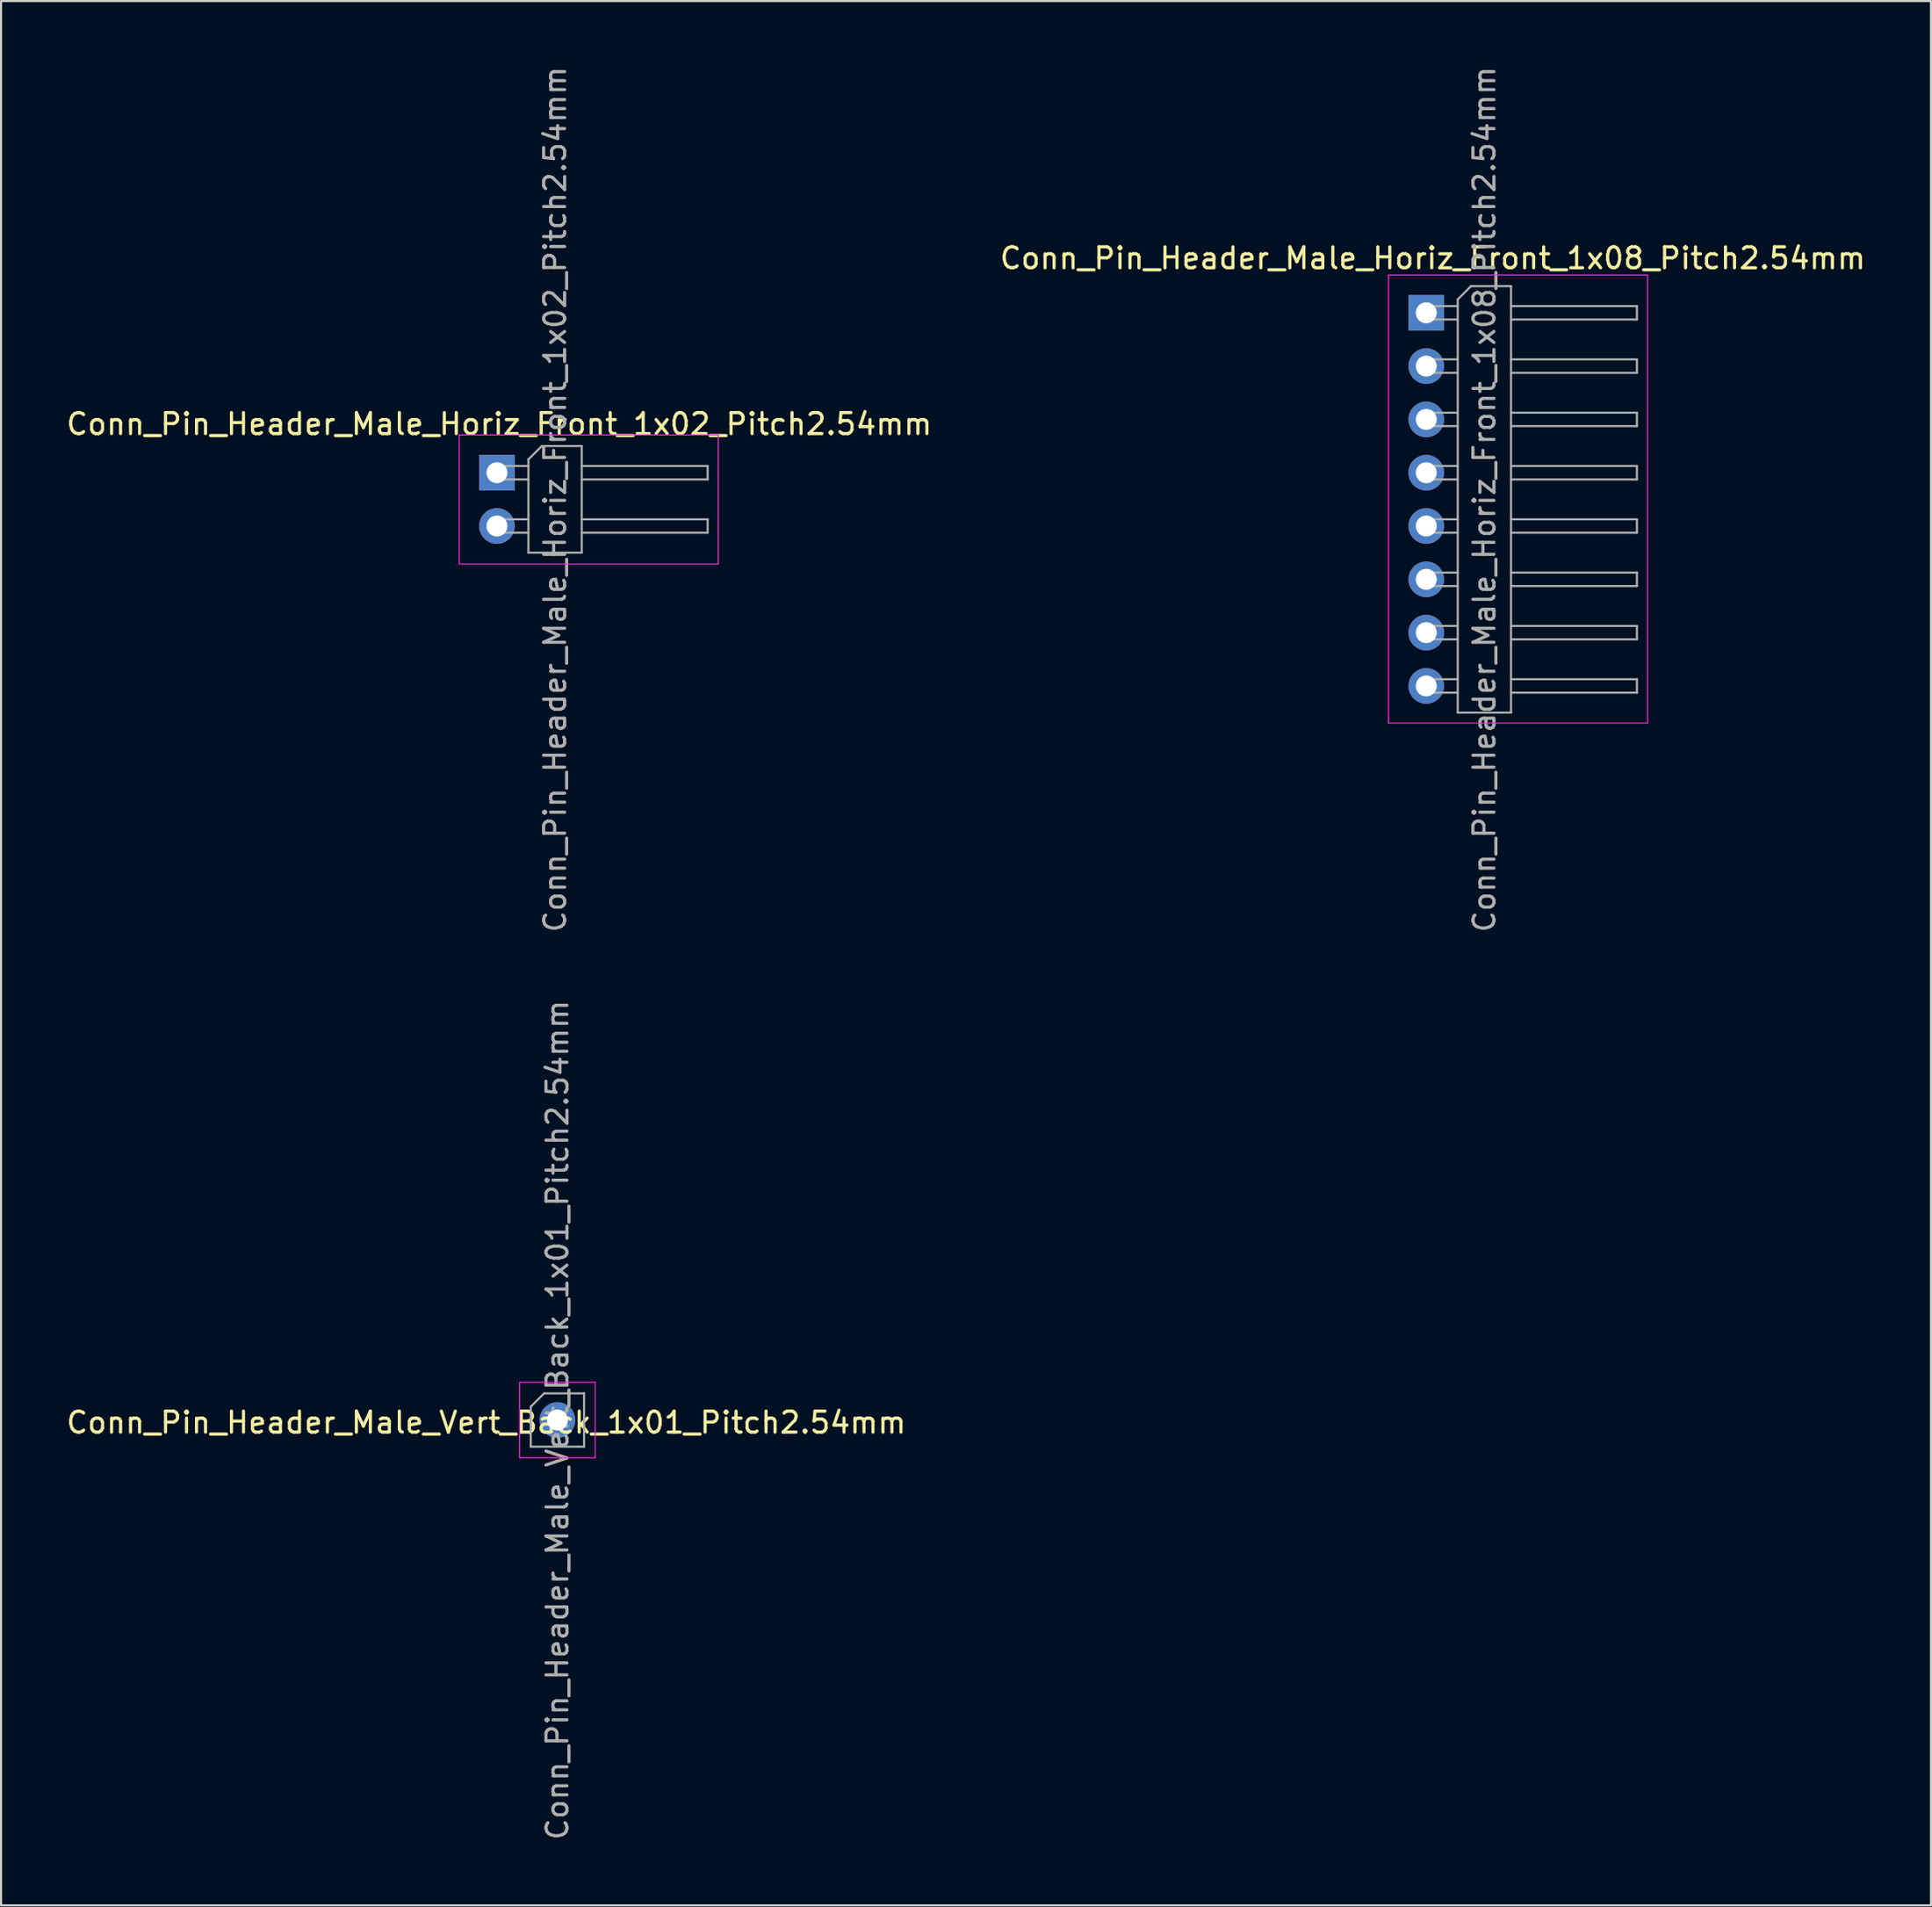
<source format=kicad_pcb>
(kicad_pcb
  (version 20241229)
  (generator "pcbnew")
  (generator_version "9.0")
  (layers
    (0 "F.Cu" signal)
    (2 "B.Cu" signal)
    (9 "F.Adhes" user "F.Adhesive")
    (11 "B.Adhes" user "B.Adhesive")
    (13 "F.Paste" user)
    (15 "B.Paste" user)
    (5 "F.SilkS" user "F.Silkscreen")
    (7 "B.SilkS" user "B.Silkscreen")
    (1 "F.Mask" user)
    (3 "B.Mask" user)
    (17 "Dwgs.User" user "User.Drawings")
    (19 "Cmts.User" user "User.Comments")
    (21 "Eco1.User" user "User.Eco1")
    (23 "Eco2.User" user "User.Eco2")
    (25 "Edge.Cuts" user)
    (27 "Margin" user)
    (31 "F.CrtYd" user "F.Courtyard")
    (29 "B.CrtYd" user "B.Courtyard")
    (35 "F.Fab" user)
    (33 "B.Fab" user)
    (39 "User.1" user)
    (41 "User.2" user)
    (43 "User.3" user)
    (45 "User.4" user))
  (footprint "Conn_Pin_Header_Male_Horiz_Front_1x02_Pitch2.54mm"
    (layer "F.Cu")
    (at 20.634 19.474)
    (property "Reference" "Conn_Pin_Header_Male_Horiz_Front_1x02_Pitch2.54mm" (at 0.11 -2.32 0) (layer "F.SilkS") (effects (font (size 1 1) (thickness 0.15))))
    (attr through_hole)
    (fp_line (start -1.8 -1.8) (end -1.8 4.35) (stroke (width 0.05) (type solid)) (layer "F.CrtYd"))
    (fp_line (start -1.8 4.35) (end 10.55 4.35) (stroke (width 0.05) (type solid)) (layer "F.CrtYd"))
    (fp_line (start 10.55 -1.8) (end -1.8 -1.8) (stroke (width 0.05) (type solid)) (layer "F.CrtYd"))
    (fp_line (start 10.55 4.35) (end 10.55 -1.8) (stroke (width 0.05) (type solid)) (layer "F.CrtYd"))
    (fp_line (start -0.32 -0.32) (end -0.32 0.32) (stroke (width 0.1) (type solid)) (layer "F.Fab"))
    (fp_line (start -0.32 -0.32) (end 1.5 -0.32) (stroke (width 0.1) (type solid)) (layer "F.Fab"))
    (fp_line (start -0.32 0.32) (end 1.5 0.32) (stroke (width 0.1) (type solid)) (layer "F.Fab"))
    (fp_line (start -0.32 2.22) (end -0.32 2.86) (stroke (width 0.1) (type solid)) (layer "F.Fab"))
    (fp_line (start -0.32 2.22) (end 1.5 2.22) (stroke (width 0.1) (type solid)) (layer "F.Fab"))
    (fp_line (start -0.32 2.86) (end 1.5 2.86) (stroke (width 0.1) (type solid)) (layer "F.Fab"))
    (fp_line (start 1.5 -0.635) (end 2.135 -1.27) (stroke (width 0.1) (type solid)) (layer "F.Fab"))
    (fp_line (start 1.5 3.81) (end 1.5 -0.635) (stroke (width 0.1) (type solid)) (layer "F.Fab"))
    (fp_line (start 2.135 -1.27) (end 4.04 -1.27) (stroke (width 0.1) (type solid)) (layer "F.Fab"))
    (fp_line (start 4.04 -1.27) (end 4.04 3.81) (stroke (width 0.1) (type solid)) (layer "F.Fab"))
    (fp_line (start 4.04 -0.32) (end 10.04 -0.32) (stroke (width 0.1) (type solid)) (layer "F.Fab"))
    (fp_line (start 4.04 0.32) (end 10.04 0.32) (stroke (width 0.1) (type solid)) (layer "F.Fab"))
    (fp_line (start 4.04 2.22) (end 10.04 2.22) (stroke (width 0.1) (type solid)) (layer "F.Fab"))
    (fp_line (start 4.04 2.86) (end 10.04 2.86) (stroke (width 0.1) (type solid)) (layer "F.Fab"))
    (fp_line (start 4.04 3.81) (end 1.5 3.81) (stroke (width 0.1) (type solid)) (layer "F.Fab"))
    (fp_line (start 10.04 -0.32) (end 10.04 0.32) (stroke (width 0.1) (type solid)) (layer "F.Fab"))
    (fp_line (start 10.04 2.22) (end 10.04 2.86) (stroke (width 0.1) (type solid)) (layer "F.Fab"))
    (fp_text user "${REFERENCE}" (at 2.77 1.27 90) (layer "F.Fab") (effects (font (size 1 1) (thickness 0.15))))
    (pad "1" thru_hole rect (at 0 0) (size 1.7 1.7) (drill 1) (layers "*.Cu" "*.Mask"))
    (pad "2" thru_hole oval (at 0 2.54) (size 1.7 1.7) (drill 1) (layers "*.Cu" "*.Mask")))
  (footprint "Conn_Pin_Header_Male_Horiz_Front_1x08_Pitch2.54mm"
    (layer "F.Cu")
    (at 64.922 11.854)
    (property "Reference" "Conn_Pin_Header_Male_Horiz_Front_1x08_Pitch2.54mm" (at 0.31 -2.6 0) (layer "F.SilkS") (effects (font (size 1 1) (thickness 0.15))))
    (attr through_hole)
    (fp_line (start -1.8 -1.8) (end -1.8 19.55) (stroke (width 0.05) (type solid)) (layer "F.CrtYd"))
    (fp_line (start -1.8 19.55) (end 10.55 19.55) (stroke (width 0.05) (type solid)) (layer "F.CrtYd"))
    (fp_line (start 10.55 -1.8) (end -1.8 -1.8) (stroke (width 0.05) (type solid)) (layer "F.CrtYd"))
    (fp_line (start 10.55 19.55) (end 10.55 -1.8) (stroke (width 0.05) (type solid)) (layer "F.CrtYd"))
    (fp_line (start -0.32 -0.32) (end -0.32 0.32) (stroke (width 0.1) (type solid)) (layer "F.Fab"))
    (fp_line (start -0.32 -0.32) (end 1.5 -0.32) (stroke (width 0.1) (type solid)) (layer "F.Fab"))
    (fp_line (start -0.32 0.32) (end 1.5 0.32) (stroke (width 0.1) (type solid)) (layer "F.Fab"))
    (fp_line (start -0.32 2.22) (end -0.32 2.86) (stroke (width 0.1) (type solid)) (layer "F.Fab"))
    (fp_line (start -0.32 2.22) (end 1.5 2.22) (stroke (width 0.1) (type solid)) (layer "F.Fab"))
    (fp_line (start -0.32 2.86) (end 1.5 2.86) (stroke (width 0.1) (type solid)) (layer "F.Fab"))
    (fp_line (start -0.32 4.76) (end -0.32 5.4) (stroke (width 0.1) (type solid)) (layer "F.Fab"))
    (fp_line (start -0.32 4.76) (end 1.5 4.76) (stroke (width 0.1) (type solid)) (layer "F.Fab"))
    (fp_line (start -0.32 5.4) (end 1.5 5.4) (stroke (width 0.1) (type solid)) (layer "F.Fab"))
    (fp_line (start -0.32 7.3) (end -0.32 7.94) (stroke (width 0.1) (type solid)) (layer "F.Fab"))
    (fp_line (start -0.32 7.3) (end 1.5 7.3) (stroke (width 0.1) (type solid)) (layer "F.Fab"))
    (fp_line (start -0.32 7.94) (end 1.5 7.94) (stroke (width 0.1) (type solid)) (layer "F.Fab"))
    (fp_line (start -0.32 9.84) (end -0.32 10.48) (stroke (width 0.1) (type solid)) (layer "F.Fab"))
    (fp_line (start -0.32 9.84) (end 1.5 9.84) (stroke (width 0.1) (type solid)) (layer "F.Fab"))
    (fp_line (start -0.32 10.48) (end 1.5 10.48) (stroke (width 0.1) (type solid)) (layer "F.Fab"))
    (fp_line (start -0.32 12.38) (end -0.32 13.02) (stroke (width 0.1) (type solid)) (layer "F.Fab"))
    (fp_line (start -0.32 12.38) (end 1.5 12.38) (stroke (width 0.1) (type solid)) (layer "F.Fab"))
    (fp_line (start -0.32 13.02) (end 1.5 13.02) (stroke (width 0.1) (type solid)) (layer "F.Fab"))
    (fp_line (start -0.32 14.92) (end -0.32 15.56) (stroke (width 0.1) (type solid)) (layer "F.Fab"))
    (fp_line (start -0.32 14.92) (end 1.5 14.92) (stroke (width 0.1) (type solid)) (layer "F.Fab"))
    (fp_line (start -0.32 15.56) (end 1.5 15.56) (stroke (width 0.1) (type solid)) (layer "F.Fab"))
    (fp_line (start -0.32 17.46) (end -0.32 18.1) (stroke (width 0.1) (type solid)) (layer "F.Fab"))
    (fp_line (start -0.32 17.46) (end 1.5 17.46) (stroke (width 0.1) (type solid)) (layer "F.Fab"))
    (fp_line (start -0.32 18.1) (end 1.5 18.1) (stroke (width 0.1) (type solid)) (layer "F.Fab"))
    (fp_line (start 1.5 -0.635) (end 2.135 -1.27) (stroke (width 0.1) (type solid)) (layer "F.Fab"))
    (fp_line (start 1.5 19.05) (end 1.5 -0.635) (stroke (width 0.1) (type solid)) (layer "F.Fab"))
    (fp_line (start 2.135 -1.27) (end 4.04 -1.27) (stroke (width 0.1) (type solid)) (layer "F.Fab"))
    (fp_line (start 4.04 -1.27) (end 4.04 19.05) (stroke (width 0.1) (type solid)) (layer "F.Fab"))
    (fp_line (start 4.04 -0.32) (end 10.04 -0.32) (stroke (width 0.1) (type solid)) (layer "F.Fab"))
    (fp_line (start 4.04 0.32) (end 10.04 0.32) (stroke (width 0.1) (type solid)) (layer "F.Fab"))
    (fp_line (start 4.04 2.22) (end 10.04 2.22) (stroke (width 0.1) (type solid)) (layer "F.Fab"))
    (fp_line (start 4.04 2.86) (end 10.04 2.86) (stroke (width 0.1) (type solid)) (layer "F.Fab"))
    (fp_line (start 4.04 4.76) (end 10.04 4.76) (stroke (width 0.1) (type solid)) (layer "F.Fab"))
    (fp_line (start 4.04 5.4) (end 10.04 5.4) (stroke (width 0.1) (type solid)) (layer "F.Fab"))
    (fp_line (start 4.04 7.3) (end 10.04 7.3) (stroke (width 0.1) (type solid)) (layer "F.Fab"))
    (fp_line (start 4.04 7.94) (end 10.04 7.94) (stroke (width 0.1) (type solid)) (layer "F.Fab"))
    (fp_line (start 4.04 9.84) (end 10.04 9.84) (stroke (width 0.1) (type solid)) (layer "F.Fab"))
    (fp_line (start 4.04 10.48) (end 10.04 10.48) (stroke (width 0.1) (type solid)) (layer "F.Fab"))
    (fp_line (start 4.04 12.38) (end 10.04 12.38) (stroke (width 0.1) (type solid)) (layer "F.Fab"))
    (fp_line (start 4.04 13.02) (end 10.04 13.02) (stroke (width 0.1) (type solid)) (layer "F.Fab"))
    (fp_line (start 4.04 14.92) (end 10.04 14.92) (stroke (width 0.1) (type solid)) (layer "F.Fab"))
    (fp_line (start 4.04 15.56) (end 10.04 15.56) (stroke (width 0.1) (type solid)) (layer "F.Fab"))
    (fp_line (start 4.04 17.46) (end 10.04 17.46) (stroke (width 0.1) (type solid)) (layer "F.Fab"))
    (fp_line (start 4.04 18.1) (end 10.04 18.1) (stroke (width 0.1) (type solid)) (layer "F.Fab"))
    (fp_line (start 4.04 19.05) (end 1.5 19.05) (stroke (width 0.1) (type solid)) (layer "F.Fab"))
    (fp_line (start 10.04 -0.32) (end 10.04 0.32) (stroke (width 0.1) (type solid)) (layer "F.Fab"))
    (fp_line (start 10.04 2.22) (end 10.04 2.86) (stroke (width 0.1) (type solid)) (layer "F.Fab"))
    (fp_line (start 10.04 4.76) (end 10.04 5.4) (stroke (width 0.1) (type solid)) (layer "F.Fab"))
    (fp_line (start 10.04 7.3) (end 10.04 7.94) (stroke (width 0.1) (type solid)) (layer "F.Fab"))
    (fp_line (start 10.04 9.84) (end 10.04 10.48) (stroke (width 0.1) (type solid)) (layer "F.Fab"))
    (fp_line (start 10.04 12.38) (end 10.04 13.02) (stroke (width 0.1) (type solid)) (layer "F.Fab"))
    (fp_line (start 10.04 14.92) (end 10.04 15.56) (stroke (width 0.1) (type solid)) (layer "F.Fab"))
    (fp_line (start 10.04 17.46) (end 10.04 18.1) (stroke (width 0.1) (type solid)) (layer "F.Fab"))
    (fp_text user "${REFERENCE}" (at 2.77 8.89 90) (layer "F.Fab") (effects (font (size 1 1) (thickness 0.15))))
    (pad "1" thru_hole rect (at 0 0) (size 1.7 1.7) (drill 1) (layers "*.Cu" "*.Mask"))
    (pad "2" thru_hole oval (at 0 2.54) (size 1.7 1.7) (drill 1) (layers "*.Cu" "*.Mask"))
    (pad "3" thru_hole oval (at 0 5.08) (size 1.7 1.7) (drill 1) (layers "*.Cu" "*.Mask"))
    (pad "4" thru_hole oval (at 0 7.62) (size 1.7 1.7) (drill 1) (layers "*.Cu" "*.Mask"))
    (pad "5" thru_hole oval (at 0 10.16) (size 1.7 1.7) (drill 1) (layers "*.Cu" "*.Mask"))
    (pad "6" thru_hole oval (at 0 12.7) (size 1.7 1.7) (drill 1) (layers "*.Cu" "*.Mask"))
    (pad "7" thru_hole oval (at 0 15.24) (size 1.7 1.7) (drill 1) (layers "*.Cu" "*.Mask"))
    (pad "8" thru_hole oval (at 0 17.78) (size 1.7 1.7) (drill 1) (layers "*.Cu" "*.Mask")))
  (footprint "Conn_Pin_Header_Male_Vert_Back_1x01_Pitch2.54mm"
    (layer "F.Cu")
    (at 23.515 64.613)
    (property "Reference" "Conn_Pin_Header_Male_Vert_Back_1x01_Pitch2.54mm" (at -3.39 0.12 0) (layer "F.SilkS") (effects (font (size 1 1) (thickness 0.15))))
    (attr through_hole)
    (fp_line (start -1.8 -1.8) (end -1.8 1.8) (stroke (width 0.05) (type solid)) (layer "F.CrtYd"))
    (fp_line (start -1.8 1.8) (end 1.8 1.8) (stroke (width 0.05) (type solid)) (layer "F.CrtYd"))
    (fp_line (start 1.8 -1.8) (end -1.8 -1.8) (stroke (width 0.05) (type solid)) (layer "F.CrtYd"))
    (fp_line (start 1.8 1.8) (end 1.8 -1.8) (stroke (width 0.05) (type solid)) (layer "F.CrtYd"))
    (fp_line (start -1.27 -0.635) (end -0.635 -1.27) (stroke (width 0.1) (type solid)) (layer "F.Fab"))
    (fp_line (start -1.27 1.27) (end -1.27 -0.635) (stroke (width 0.1) (type solid)) (layer "F.Fab"))
    (fp_line (start -0.635 -1.27) (end 1.27 -1.27) (stroke (width 0.1) (type solid)) (layer "F.Fab"))
    (fp_line (start 1.27 -1.27) (end 1.27 1.27) (stroke (width 0.1) (type solid)) (layer "F.Fab"))
    (fp_line (start 1.27 1.27) (end -1.27 1.27) (stroke (width 0.1) (type solid)) (layer "F.Fab"))
    (fp_text user "${REFERENCE}" (at 0 0 90) (layer "F.Fab") (effects (font (size 1 1) (thickness 0.15))))
    (pad "1" thru_hole circle (at 0 0) (size 1.7 1.7) (drill 1) (layers "*.Cu" "*.Mask")))
  (gr_rect
    (start -3 -3)
    (end 88.976 87.738)
    (stroke (width 0.1) (type default))
    (fill no)
    (layer "Edge.Cuts")))
</source>
